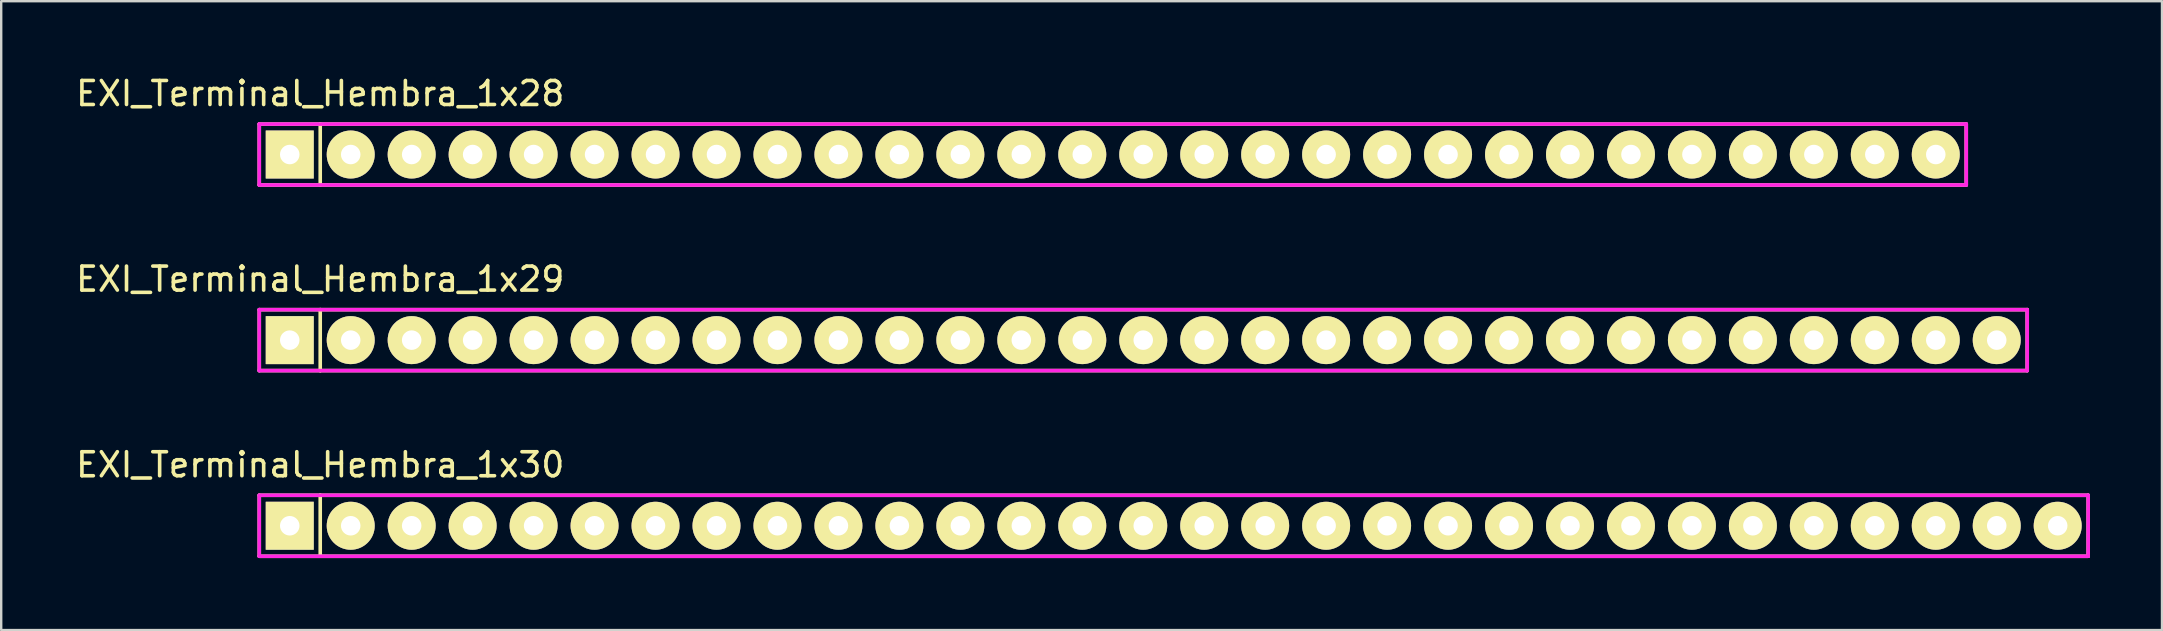
<source format=kicad_pcb>
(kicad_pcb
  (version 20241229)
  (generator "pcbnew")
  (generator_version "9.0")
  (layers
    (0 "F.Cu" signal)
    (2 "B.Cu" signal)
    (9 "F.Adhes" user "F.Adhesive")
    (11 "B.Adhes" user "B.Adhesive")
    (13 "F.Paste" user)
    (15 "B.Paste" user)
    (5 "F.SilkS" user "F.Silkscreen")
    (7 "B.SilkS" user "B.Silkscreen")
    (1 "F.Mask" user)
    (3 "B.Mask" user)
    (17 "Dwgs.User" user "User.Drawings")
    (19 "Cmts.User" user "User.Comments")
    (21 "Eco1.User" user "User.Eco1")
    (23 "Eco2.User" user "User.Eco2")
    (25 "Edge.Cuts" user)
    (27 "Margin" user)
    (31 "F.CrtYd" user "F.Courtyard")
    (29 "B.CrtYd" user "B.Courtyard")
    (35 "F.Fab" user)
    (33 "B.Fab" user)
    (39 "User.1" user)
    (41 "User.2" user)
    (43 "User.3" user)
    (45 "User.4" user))
  (footprint "EXI_Terminal_Hembra_1x29"
    (layer "F.Cu")
    (at 44.582 11.121)
    (property "Reference" "EXI_Terminal_Hembra_1x29" (at -34.29 -2.54 0) (layer "F.SilkS") (effects (font (size 1 1) (thickness 0.15))))
    (attr through_hole)
    (fp_line (start -36.83 -1.27) (end -36.83 1.27) (stroke (width 0.15) (type solid)) (layer "F.SilkS"))
    (fp_line (start -36.83 1.27) (end -34.29 1.27) (stroke (width 0.15) (type solid)) (layer "F.SilkS"))
    (fp_line (start -34.29 -1.27) (end -36.83 -1.27) (stroke (width 0.15) (type solid)) (layer "F.SilkS"))
    (fp_line (start -34.29 -1.27) (end 36.83 -1.27) (stroke (width 0.15) (type solid)) (layer "F.SilkS"))
    (fp_line (start -34.29 1.27) (end -34.29 -1.27) (stroke (width 0.15) (type solid)) (layer "F.SilkS"))
    (fp_line (start 36.83 -1.27) (end 36.83 1.27) (stroke (width 0.15) (type solid)) (layer "F.SilkS"))
    (fp_line (start 36.83 1.27) (end -34.29 1.27) (stroke (width 0.15) (type solid)) (layer "F.SilkS"))
    (fp_line (start -36.83 -1.27) (end 36.83 -1.27) (stroke (width 0.15) (type solid)) (layer "F.CrtYd"))
    (fp_line (start -36.83 1.27) (end -36.83 -1.27) (stroke (width 0.15) (type solid)) (layer "F.CrtYd"))
    (fp_line (start 36.83 1.27) (end -36.83 1.27) (stroke (width 0.15) (type solid)) (layer "F.CrtYd"))
    (fp_line (start 36.83 1.27) (end 36.83 -1.27) (stroke (width 0.15) (type solid)) (layer "F.CrtYd"))
    (pad "1" thru_hole rect (at -35.56 0) (size 1.999 1.999) (drill 0.813) (layers "*.Cu" "*.Mask" "F.SilkS"))
    (pad "2" thru_hole circle (at -33.02 0) (size 1.999 1.999) (drill 0.813) (layers "*.Cu" "*.Mask" "F.SilkS"))
    (pad "3" thru_hole circle (at -30.48 0) (size 1.999 1.999) (drill 0.813) (layers "*.Cu" "*.Mask" "F.SilkS"))
    (pad "4" thru_hole circle (at -27.94 0) (size 1.999 1.999) (drill 0.813) (layers "*.Cu" "*.Mask" "F.SilkS"))
    (pad "5" thru_hole circle (at -25.4 0) (size 1.999 1.999) (drill 0.813) (layers "*.Cu" "*.Mask" "F.SilkS"))
    (pad "6" thru_hole circle (at -22.86 0) (size 1.999 1.999) (drill 0.813) (layers "*.Cu" "*.Mask" "F.SilkS"))
    (pad "7" thru_hole circle (at -20.32 0) (size 1.999 1.999) (drill 0.813) (layers "*.Cu" "*.Mask" "F.SilkS"))
    (pad "8" thru_hole circle (at -17.78 0) (size 1.999 1.999) (drill 0.813) (layers "*.Cu" "*.Mask" "F.SilkS"))
    (pad "9" thru_hole circle (at -15.24 0) (size 1.999 1.999) (drill 0.813) (layers "*.Cu" "*.Mask" "F.SilkS"))
    (pad "10" thru_hole circle (at -12.7 0) (size 1.999 1.999) (drill 0.813) (layers "*.Cu" "*.Mask" "F.SilkS"))
    (pad "11" thru_hole circle (at -10.16 0) (size 1.999 1.999) (drill 0.813) (layers "*.Cu" "*.Mask" "F.SilkS"))
    (pad "12" thru_hole circle (at -7.62 0) (size 1.999 1.999) (drill 0.813) (layers "*.Cu" "*.Mask" "F.SilkS"))
    (pad "13" thru_hole circle (at -5.08 0) (size 1.999 1.999) (drill 0.813) (layers "*.Cu" "*.Mask" "F.SilkS"))
    (pad "14" thru_hole circle (at -2.54 0) (size 1.999 1.999) (drill 0.813) (layers "*.Cu" "*.Mask" "F.SilkS"))
    (pad "15" thru_hole circle (at 0 0) (size 1.999 1.999) (drill 0.813) (layers "*.Cu" "*.Mask" "F.SilkS"))
    (pad "16" thru_hole circle (at 2.54 0) (size 1.999 1.999) (drill 0.813) (layers "*.Cu" "*.Mask" "F.SilkS"))
    (pad "17" thru_hole circle (at 5.08 0) (size 1.999 1.999) (drill 0.813) (layers "*.Cu" "*.Mask" "F.SilkS"))
    (pad "18" thru_hole circle (at 7.62 0) (size 1.999 1.999) (drill 0.813) (layers "*.Cu" "*.Mask" "F.SilkS"))
    (pad "19" thru_hole circle (at 10.16 0) (size 1.999 1.999) (drill 0.813) (layers "*.Cu" "*.Mask" "F.SilkS"))
    (pad "20" thru_hole circle (at 12.7 0) (size 1.999 1.999) (drill 0.813) (layers "*.Cu" "*.Mask" "F.SilkS"))
    (pad "21" thru_hole circle (at 15.24 0) (size 1.999 1.999) (drill 0.813) (layers "*.Cu" "*.Mask" "F.SilkS"))
    (pad "22" thru_hole circle (at 17.78 0) (size 1.999 1.999) (drill 0.813) (layers "*.Cu" "*.Mask" "F.SilkS"))
    (pad "23" thru_hole circle (at 20.32 0) (size 1.999 1.999) (drill 0.813) (layers "*.Cu" "*.Mask" "F.SilkS"))
    (pad "24" thru_hole circle (at 22.86 0) (size 1.999 1.999) (drill 0.813) (layers "*.Cu" "*.Mask" "F.SilkS"))
    (pad "25" thru_hole circle (at 25.4 0) (size 1.999 1.999) (drill 0.813) (layers "*.Cu" "*.Mask" "F.SilkS"))
    (pad "26" thru_hole circle (at 27.94 0) (size 1.999 1.999) (drill 0.813) (layers "*.Cu" "*.Mask" "F.SilkS"))
    (pad "27" thru_hole circle (at 30.48 0) (size 1.999 1.999) (drill 0.813) (layers "*.Cu" "*.Mask" "F.SilkS"))
    (pad "28" thru_hole circle (at 33.02 0) (size 1.999 1.999) (drill 0.813) (layers "*.Cu" "*.Mask" "F.SilkS"))
    (pad "29" thru_hole circle (at 35.56 0) (size 1.999 1.999) (drill 0.813) (layers "*.Cu" "*.Mask" "F.SilkS")))
  (footprint "EXI_Terminal_Hembra_1x28"
    (layer "F.Cu")
    (at 43.312 3.388)
    (property "Reference" "EXI_Terminal_Hembra_1x28" (at -33.02 -2.54 0) (layer "F.SilkS") (effects (font (size 1 1) (thickness 0.15))))
    (attr through_hole)
    (fp_line (start -35.56 -1.27) (end -35.56 1.27) (stroke (width 0.15) (type solid)) (layer "F.SilkS"))
    (fp_line (start -35.56 1.27) (end -33.02 1.27) (stroke (width 0.15) (type solid)) (layer "F.SilkS"))
    (fp_line (start -33.02 -1.27) (end -35.56 -1.27) (stroke (width 0.15) (type solid)) (layer "F.SilkS"))
    (fp_line (start -33.02 -1.27) (end 35.56 -1.27) (stroke (width 0.15) (type solid)) (layer "F.SilkS"))
    (fp_line (start -33.02 1.27) (end -33.02 -1.27) (stroke (width 0.15) (type solid)) (layer "F.SilkS"))
    (fp_line (start 35.56 -1.27) (end 35.56 1.27) (stroke (width 0.15) (type solid)) (layer "F.SilkS"))
    (fp_line (start 35.56 1.27) (end -33.02 1.27) (stroke (width 0.15) (type solid)) (layer "F.SilkS"))
    (fp_line (start -35.56 -1.27) (end 35.56 -1.27) (stroke (width 0.15) (type solid)) (layer "F.CrtYd"))
    (fp_line (start -35.56 1.27) (end -35.56 -1.27) (stroke (width 0.15) (type solid)) (layer "F.CrtYd"))
    (fp_line (start 35.56 1.27) (end -35.56 1.27) (stroke (width 0.15) (type solid)) (layer "F.CrtYd"))
    (fp_line (start 35.56 1.27) (end 35.56 -1.27) (stroke (width 0.15) (type solid)) (layer "F.CrtYd"))
    (pad "1" thru_hole rect (at -34.29 0) (size 1.999 1.999) (drill 0.813) (layers "*.Cu" "*.Mask" "F.SilkS"))
    (pad "2" thru_hole circle (at -31.75 0) (size 1.999 1.999) (drill 0.813) (layers "*.Cu" "*.Mask" "F.SilkS"))
    (pad "3" thru_hole circle (at -29.21 0) (size 1.999 1.999) (drill 0.813) (layers "*.Cu" "*.Mask" "F.SilkS"))
    (pad "4" thru_hole circle (at -26.67 0) (size 1.999 1.999) (drill 0.813) (layers "*.Cu" "*.Mask" "F.SilkS"))
    (pad "5" thru_hole circle (at -24.13 0) (size 1.999 1.999) (drill 0.813) (layers "*.Cu" "*.Mask" "F.SilkS"))
    (pad "6" thru_hole circle (at -21.59 0) (size 1.999 1.999) (drill 0.813) (layers "*.Cu" "*.Mask" "F.SilkS"))
    (pad "7" thru_hole circle (at -19.05 0) (size 1.999 1.999) (drill 0.813) (layers "*.Cu" "*.Mask" "F.SilkS"))
    (pad "8" thru_hole circle (at -16.51 0) (size 1.999 1.999) (drill 0.813) (layers "*.Cu" "*.Mask" "F.SilkS"))
    (pad "9" thru_hole circle (at -13.97 0) (size 1.999 1.999) (drill 0.813) (layers "*.Cu" "*.Mask" "F.SilkS"))
    (pad "10" thru_hole circle (at -11.43 0) (size 1.999 1.999) (drill 0.813) (layers "*.Cu" "*.Mask" "F.SilkS"))
    (pad "11" thru_hole circle (at -8.89 0) (size 1.999 1.999) (drill 0.813) (layers "*.Cu" "*.Mask" "F.SilkS"))
    (pad "12" thru_hole circle (at -6.35 0) (size 1.999 1.999) (drill 0.813) (layers "*.Cu" "*.Mask" "F.SilkS"))
    (pad "13" thru_hole circle (at -3.81 0) (size 1.999 1.999) (drill 0.813) (layers "*.Cu" "*.Mask" "F.SilkS"))
    (pad "14" thru_hole circle (at -1.27 0) (size 1.999 1.999) (drill 0.813) (layers "*.Cu" "*.Mask" "F.SilkS"))
    (pad "15" thru_hole circle (at 1.27 0) (size 1.999 1.999) (drill 0.813) (layers "*.Cu" "*.Mask" "F.SilkS"))
    (pad "16" thru_hole circle (at 3.81 0) (size 1.999 1.999) (drill 0.813) (layers "*.Cu" "*.Mask" "F.SilkS"))
    (pad "17" thru_hole circle (at 6.35 0) (size 1.999 1.999) (drill 0.813) (layers "*.Cu" "*.Mask" "F.SilkS"))
    (pad "18" thru_hole circle (at 8.89 0) (size 1.999 1.999) (drill 0.813) (layers "*.Cu" "*.Mask" "F.SilkS"))
    (pad "19" thru_hole circle (at 11.43 0) (size 1.999 1.999) (drill 0.813) (layers "*.Cu" "*.Mask" "F.SilkS"))
    (pad "20" thru_hole circle (at 13.97 0) (size 1.999 1.999) (drill 0.813) (layers "*.Cu" "*.Mask" "F.SilkS"))
    (pad "21" thru_hole circle (at 16.51 0) (size 1.999 1.999) (drill 0.813) (layers "*.Cu" "*.Mask" "F.SilkS"))
    (pad "22" thru_hole circle (at 19.05 0) (size 1.999 1.999) (drill 0.813) (layers "*.Cu" "*.Mask" "F.SilkS"))
    (pad "23" thru_hole circle (at 21.59 0) (size 1.999 1.999) (drill 0.813) (layers "*.Cu" "*.Mask" "F.SilkS"))
    (pad "24" thru_hole circle (at 24.13 0) (size 1.999 1.999) (drill 0.813) (layers "*.Cu" "*.Mask" "F.SilkS"))
    (pad "25" thru_hole circle (at 26.67 0) (size 1.999 1.999) (drill 0.813) (layers "*.Cu" "*.Mask" "F.SilkS"))
    (pad "26" thru_hole circle (at 29.21 0) (size 1.999 1.999) (drill 0.813) (layers "*.Cu" "*.Mask" "F.SilkS"))
    (pad "27" thru_hole circle (at 31.75 0) (size 1.999 1.999) (drill 0.813) (layers "*.Cu" "*.Mask" "F.SilkS"))
    (pad "28" thru_hole circle (at 34.29 0) (size 1.999 1.999) (drill 0.813) (layers "*.Cu" "*.Mask" "F.SilkS")))
  (footprint "EXI_Terminal_Hembra_1x30"
    (layer "F.Cu")
    (at 45.852 18.855)
    (property "Reference" "EXI_Terminal_Hembra_1x30" (at -35.56 -2.54 0) (layer "F.SilkS") (effects (font (size 1 1) (thickness 0.15))))
    (attr through_hole)
    (fp_line (start -38.1 -1.27) (end -38.1 1.27) (stroke (width 0.15) (type solid)) (layer "F.SilkS"))
    (fp_line (start -38.1 1.27) (end -35.56 1.27) (stroke (width 0.15) (type solid)) (layer "F.SilkS"))
    (fp_line (start -35.56 -1.27) (end -38.1 -1.27) (stroke (width 0.15) (type solid)) (layer "F.SilkS"))
    (fp_line (start -35.56 -1.27) (end 38.1 -1.27) (stroke (width 0.15) (type solid)) (layer "F.SilkS"))
    (fp_line (start -35.56 1.27) (end -35.56 -1.27) (stroke (width 0.15) (type solid)) (layer "F.SilkS"))
    (fp_line (start 38.1 -1.27) (end 38.1 1.27) (stroke (width 0.15) (type solid)) (layer "F.SilkS"))
    (fp_line (start 38.1 1.27) (end -35.56 1.27) (stroke (width 0.15) (type solid)) (layer "F.SilkS"))
    (fp_line (start -38.1 -1.27) (end 38.1 -1.27) (stroke (width 0.15) (type solid)) (layer "F.CrtYd"))
    (fp_line (start -38.1 1.27) (end -38.1 -1.27) (stroke (width 0.15) (type solid)) (layer "F.CrtYd"))
    (fp_line (start 38.1 1.27) (end -38.1 1.27) (stroke (width 0.15) (type solid)) (layer "F.CrtYd"))
    (fp_line (start 38.1 1.27) (end 38.1 -1.27) (stroke (width 0.15) (type solid)) (layer "F.CrtYd"))
    (pad "1" thru_hole rect (at -36.83 0) (size 1.999 1.999) (drill 0.813) (layers "*.Cu" "*.Mask" "F.SilkS"))
    (pad "2" thru_hole circle (at -34.29 0) (size 1.999 1.999) (drill 0.813) (layers "*.Cu" "*.Mask" "F.SilkS"))
    (pad "3" thru_hole circle (at -31.75 0) (size 1.999 1.999) (drill 0.813) (layers "*.Cu" "*.Mask" "F.SilkS"))
    (pad "4" thru_hole circle (at -29.21 0) (size 1.999 1.999) (drill 0.813) (layers "*.Cu" "*.Mask" "F.SilkS"))
    (pad "5" thru_hole circle (at -26.67 0) (size 1.999 1.999) (drill 0.813) (layers "*.Cu" "*.Mask" "F.SilkS"))
    (pad "6" thru_hole circle (at -24.13 0) (size 1.999 1.999) (drill 0.813) (layers "*.Cu" "*.Mask" "F.SilkS"))
    (pad "7" thru_hole circle (at -21.59 0) (size 1.999 1.999) (drill 0.813) (layers "*.Cu" "*.Mask" "F.SilkS"))
    (pad "8" thru_hole circle (at -19.05 0) (size 1.999 1.999) (drill 0.813) (layers "*.Cu" "*.Mask" "F.SilkS"))
    (pad "9" thru_hole circle (at -16.51 0) (size 1.999 1.999) (drill 0.813) (layers "*.Cu" "*.Mask" "F.SilkS"))
    (pad "10" thru_hole circle (at -13.97 0) (size 1.999 1.999) (drill 0.813) (layers "*.Cu" "*.Mask" "F.SilkS"))
    (pad "11" thru_hole circle (at -11.43 0) (size 1.999 1.999) (drill 0.813) (layers "*.Cu" "*.Mask" "F.SilkS"))
    (pad "12" thru_hole circle (at -8.89 0) (size 1.999 1.999) (drill 0.813) (layers "*.Cu" "*.Mask" "F.SilkS"))
    (pad "13" thru_hole circle (at -6.35 0) (size 1.999 1.999) (drill 0.813) (layers "*.Cu" "*.Mask" "F.SilkS"))
    (pad "14" thru_hole circle (at -3.81 0) (size 1.999 1.999) (drill 0.813) (layers "*.Cu" "*.Mask" "F.SilkS"))
    (pad "15" thru_hole circle (at -1.27 0) (size 1.999 1.999) (drill 0.813) (layers "*.Cu" "*.Mask" "F.SilkS"))
    (pad "16" thru_hole circle (at 1.27 0) (size 1.999 1.999) (drill 0.813) (layers "*.Cu" "*.Mask" "F.SilkS"))
    (pad "17" thru_hole circle (at 3.81 0) (size 1.999 1.999) (drill 0.813) (layers "*.Cu" "*.Mask" "F.SilkS"))
    (pad "18" thru_hole circle (at 6.35 0) (size 1.999 1.999) (drill 0.813) (layers "*.Cu" "*.Mask" "F.SilkS"))
    (pad "19" thru_hole circle (at 8.89 0) (size 1.999 1.999) (drill 0.813) (layers "*.Cu" "*.Mask" "F.SilkS"))
    (pad "20" thru_hole circle (at 11.43 0) (size 1.999 1.999) (drill 0.813) (layers "*.Cu" "*.Mask" "F.SilkS"))
    (pad "21" thru_hole circle (at 13.97 0) (size 1.999 1.999) (drill 0.813) (layers "*.Cu" "*.Mask" "F.SilkS"))
    (pad "22" thru_hole circle (at 16.51 0) (size 1.999 1.999) (drill 0.813) (layers "*.Cu" "*.Mask" "F.SilkS"))
    (pad "23" thru_hole circle (at 19.05 0) (size 1.999 1.999) (drill 0.813) (layers "*.Cu" "*.Mask" "F.SilkS"))
    (pad "24" thru_hole circle (at 21.59 0) (size 1.999 1.999) (drill 0.813) (layers "*.Cu" "*.Mask" "F.SilkS"))
    (pad "25" thru_hole circle (at 24.13 0) (size 1.999 1.999) (drill 0.813) (layers "*.Cu" "*.Mask" "F.SilkS"))
    (pad "26" thru_hole circle (at 26.67 0) (size 1.999 1.999) (drill 0.813) (layers "*.Cu" "*.Mask" "F.SilkS"))
    (pad "27" thru_hole circle (at 29.21 0) (size 1.999 1.999) (drill 0.813) (layers "*.Cu" "*.Mask" "F.SilkS"))
    (pad "28" thru_hole circle (at 31.75 0) (size 1.999 1.999) (drill 0.813) (layers "*.Cu" "*.Mask" "F.SilkS"))
    (pad "29" thru_hole circle (at 34.29 0) (size 1.999 1.999) (drill 0.813) (layers "*.Cu" "*.Mask" "F.SilkS"))
    (pad "30" thru_hole circle (at 36.83 0) (size 1.999 1.999) (drill 0.813) (layers "*.Cu" "*.Mask" "F.SilkS")))
  (gr_rect
    (start -3 -3)
    (end 87.027 23.2)
    (stroke (width 0.1) (type default))
    (fill no)
    (layer "Edge.Cuts")))
</source>
